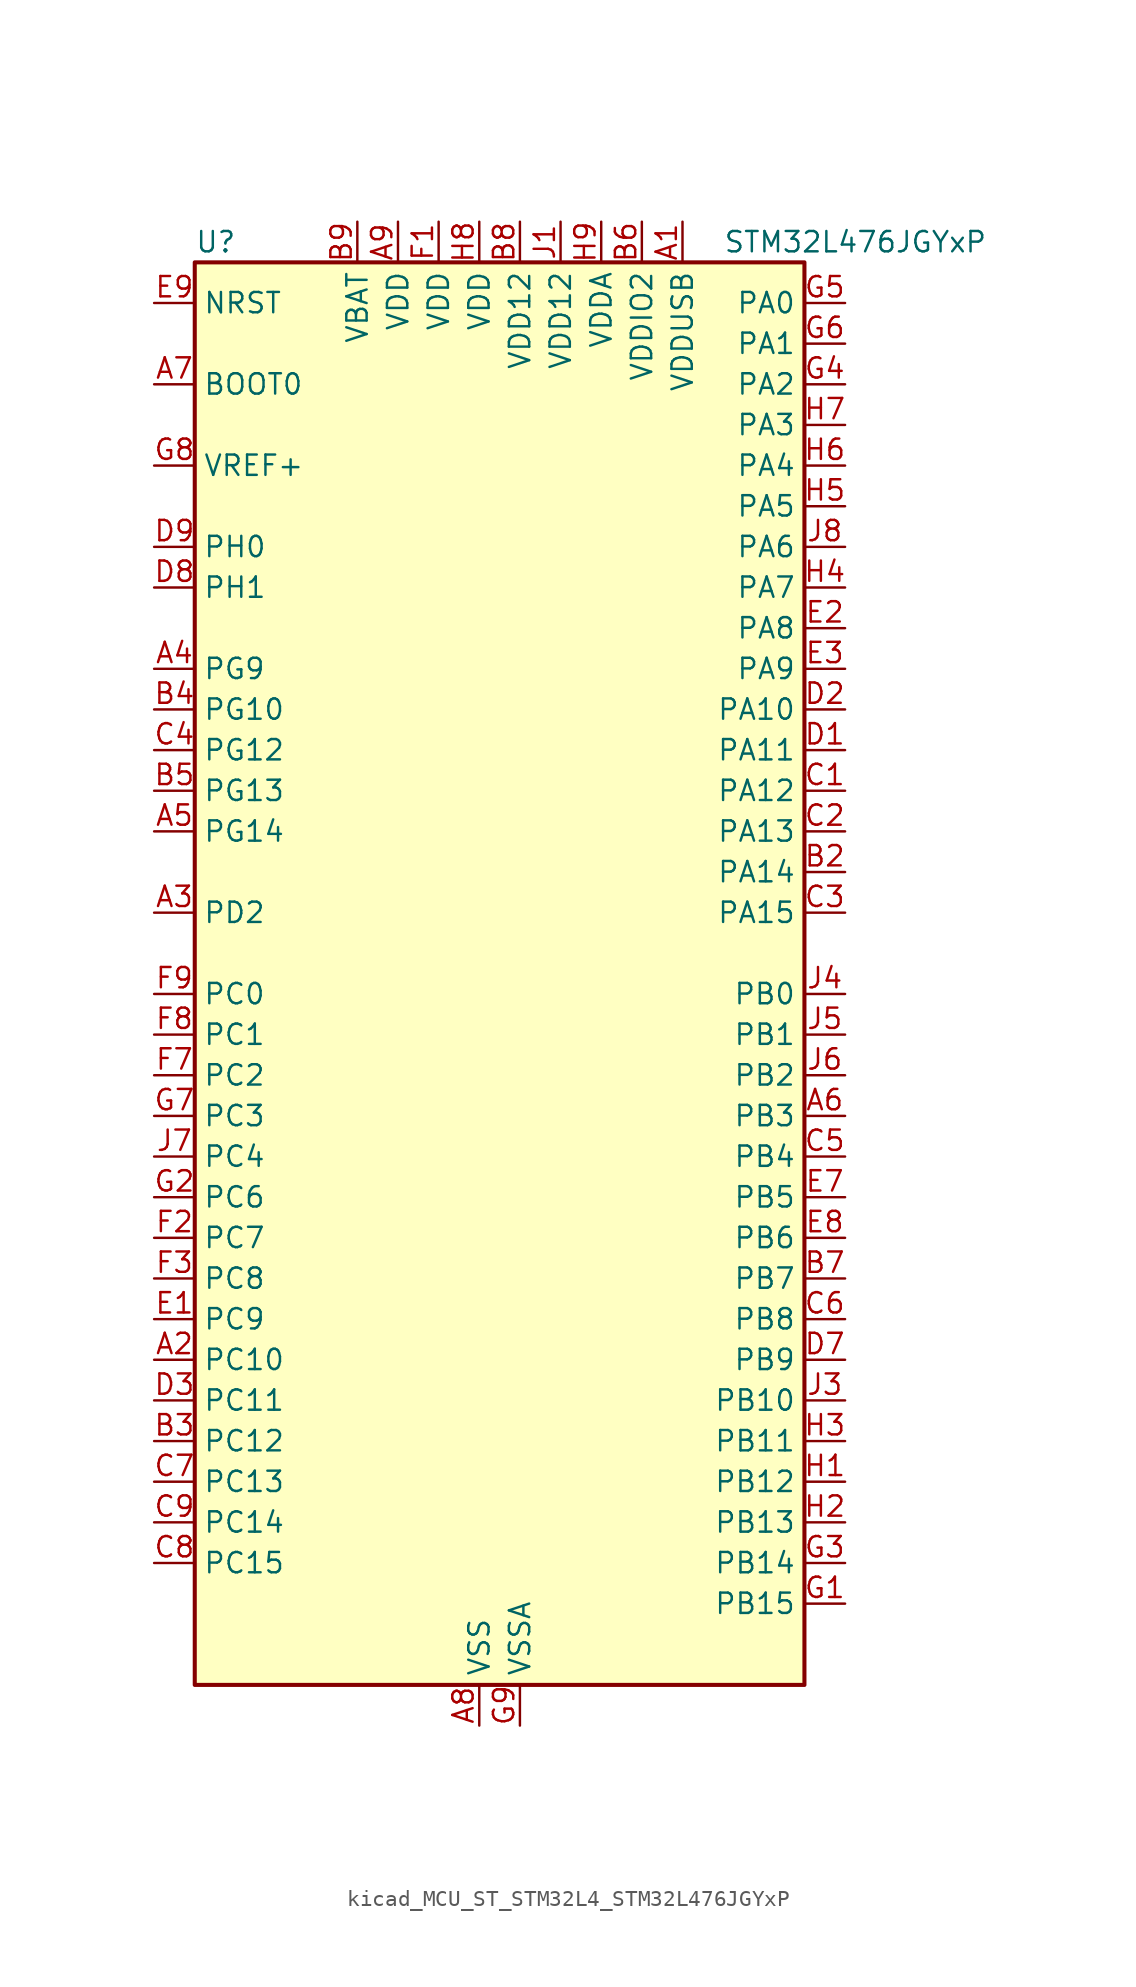
<source format=kicad_sym>
(kicad_symbol_lib
  (version 20220914)
  (generator kicad_symbol_editor)
  (symbol "kicad_MCU_ST_STM32L4_STM32L476JGYxP"
    (property "Reference" "U"
      (at -17.78 46.99 0)
      (effects (font (size 1.27 1.27)) (justify left)))
    (property "Value" "STM32L476JGYxP"
      (at 15.24 46.99 0)
      (effects (font (size 1.27 1.27)) (justify left)))
    (property "ki_locked" ""
      (at 0 0 0)
      (effects (font (size 1.27 1.27))))
    (symbol "kicad_MCU_ST_STM32L4_STM32L476JGYxP_0_1"
      (rectangle (start -17.78 -43.18) (end 20.32 45.72) (stroke (width 0.254) (type default)) (fill (type background))))
    (symbol "kicad_MCU_ST_STM32L4_STM32L476JGYxP_1_1"
      (pin power_in line (at 12.7 48.26 270) (length 2.54) (name "VDDUSB" (effects (font (size 1.27 1.27)))) (number "A1" (effects (font (size 1.27 1.27)))))
      (pin bidirectional line (at -20.32 -22.86 0) (length 2.54) (name "PC10" (effects (font (size 1.27 1.27)))) (number "A2" (effects (font (size 1.27 1.27)))) (alternate "LCD_COM4" bidirectional line) (alternate "LCD_SEG28" bidirectional line) (alternate "LCD_SEG40" bidirectional line) (alternate "SAI2_SCK_B" bidirectional line) (alternate "SDMMC1_D2" bidirectional line) (alternate "SPI3_SCK" bidirectional line) (alternate "TSC_G3_IO2" bidirectional line) (alternate "UART4_TX" bidirectional line) (alternate "USART3_TX" bidirectional line))
      (pin bidirectional line (at -20.32 5.08 0) (length 2.54) (name "PD2" (effects (font (size 1.27 1.27)))) (number "A3" (effects (font (size 1.27 1.27)))) (alternate "LCD_COM7" bidirectional line) (alternate "LCD_SEG31" bidirectional line) (alternate "LCD_SEG43" bidirectional line) (alternate "SDMMC1_CMD" bidirectional line) (alternate "TIM3_ETR" bidirectional line) (alternate "TSC_SYNC" bidirectional line) (alternate "UART5_RX" bidirectional line) (alternate "USART3_DE" bidirectional line) (alternate "USART3_RTS" bidirectional line))
      (pin bidirectional line (at -20.32 20.32 0) (length 2.54) (name "PG9" (effects (font (size 1.27 1.27)))) (number "A4" (effects (font (size 1.27 1.27)))) (alternate "DAC1_EXTI9" bidirectional line) (alternate "SAI2_SCK_A" bidirectional line) (alternate "SPI3_SCK" bidirectional line) (alternate "TIM15_CH1N" bidirectional line) (alternate "USART1_TX" bidirectional line))
      (pin bidirectional line (at -20.32 10.16 0) (length 2.54) (name "PG14" (effects (font (size 1.27 1.27)))) (number "A5" (effects (font (size 1.27 1.27)))) (alternate "I2C1_SCL" bidirectional line))
      (pin bidirectional line (at 22.86 -7.62 180) (length 2.54) (name "PB3" (effects (font (size 1.27 1.27)))) (number "A6" (effects (font (size 1.27 1.27)))) (alternate "COMP2_INM" bidirectional line) (alternate "LCD_SEG7" bidirectional line) (alternate "SAI1_SCK_B" bidirectional line) (alternate "SPI1_SCK" bidirectional line) (alternate "SPI3_SCK" bidirectional line) (alternate "SYS_JTDO-SWO" bidirectional line) (alternate "TIM2_CH2" bidirectional line) (alternate "USART1_DE" bidirectional line) (alternate "USART1_RTS" bidirectional line))
      (pin input line (at -20.32 38.1 0) (length 2.54) (name "BOOT0" (effects (font (size 1.27 1.27)))) (number "A7" (effects (font (size 1.27 1.27)))))
      (pin power_in line (at 0 -45.72 90) (length 2.54) (name "VSS" (effects (font (size 1.27 1.27)))) (number "A8" (effects (font (size 1.27 1.27)))))
      (pin power_in line (at -5.08 48.26 270) (length 2.54) (name "VDD" (effects (font (size 1.27 1.27)))) (number "A9" (effects (font (size 1.27 1.27)))))
      (pin passive line (at 0 -45.72 90) (length 2.54) hide (name "VSS" (effects (font (size 1.27 1.27)))) (number "B1" (effects (font (size 1.27 1.27)))))
      (pin bidirectional line (at 22.86 7.62 180) (length 2.54) (name "PA14" (effects (font (size 1.27 1.27)))) (number "B2" (effects (font (size 1.27 1.27)))) (alternate "SYS_JTCK-SWCLK" bidirectional line))
      (pin bidirectional line (at -20.32 -27.94 0) (length 2.54) (name "PC12" (effects (font (size 1.27 1.27)))) (number "B3" (effects (font (size 1.27 1.27)))) (alternate "LCD_COM6" bidirectional line) (alternate "LCD_SEG30" bidirectional line) (alternate "LCD_SEG42" bidirectional line) (alternate "SAI2_SD_B" bidirectional line) (alternate "SDMMC1_CK" bidirectional line) (alternate "SPI3_MOSI" bidirectional line) (alternate "TSC_G3_IO4" bidirectional line) (alternate "UART5_TX" bidirectional line) (alternate "USART3_CK" bidirectional line))
      (pin bidirectional line (at -20.32 17.78 0) (length 2.54) (name "PG10" (effects (font (size 1.27 1.27)))) (number "B4" (effects (font (size 1.27 1.27)))) (alternate "LPTIM1_IN1" bidirectional line) (alternate "SAI2_FS_A" bidirectional line) (alternate "SPI3_MISO" bidirectional line) (alternate "TIM15_CH1" bidirectional line) (alternate "USART1_RX" bidirectional line))
      (pin bidirectional line (at -20.32 12.7 0) (length 2.54) (name "PG13" (effects (font (size 1.27 1.27)))) (number "B5" (effects (font (size 1.27 1.27)))) (alternate "I2C1_SDA" bidirectional line) (alternate "USART1_CK" bidirectional line))
      (pin power_in line (at 10.16 48.26 270) (length 2.54) (name "VDDIO2" (effects (font (size 1.27 1.27)))) (number "B6" (effects (font (size 1.27 1.27)))))
      (pin bidirectional line (at 22.86 -17.78 180) (length 2.54) (name "PB7" (effects (font (size 1.27 1.27)))) (number "B7" (effects (font (size 1.27 1.27)))) (alternate "COMP2_INM" bidirectional line) (alternate "DFSDM1_CKIN5" bidirectional line) (alternate "I2C1_SDA" bidirectional line) (alternate "LCD_SEG21" bidirectional line) (alternate "LPTIM1_IN2" bidirectional line) (alternate "SYS_PVD_IN" bidirectional line) (alternate "TIM17_CH1N" bidirectional line) (alternate "TIM4_CH2" bidirectional line) (alternate "TIM8_BKIN" bidirectional line) (alternate "TIM8_BKIN_COMP1" bidirectional line) (alternate "TSC_G2_IO4" bidirectional line) (alternate "UART4_CTS" bidirectional line) (alternate "USART1_RX" bidirectional line))
      (pin power_in line (at 2.54 48.26 270) (length 2.54) (name "VDD12" (effects (font (size 1.27 1.27)))) (number "B8" (effects (font (size 1.27 1.27)))))
      (pin power_in line (at -7.62 48.26 270) (length 2.54) (name "VBAT" (effects (font (size 1.27 1.27)))) (number "B9" (effects (font (size 1.27 1.27)))))
      (pin bidirectional line (at 22.86 12.7 180) (length 2.54) (name "PA12" (effects (font (size 1.27 1.27)))) (number "C1" (effects (font (size 1.27 1.27)))) (alternate "CAN1_TX" bidirectional line) (alternate "TIM1_ETR" bidirectional line) (alternate "USART1_DE" bidirectional line) (alternate "USART1_RTS" bidirectional line) (alternate "USB_OTG_FS_DP" bidirectional line))
      (pin bidirectional line (at 22.86 10.16 180) (length 2.54) (name "PA13" (effects (font (size 1.27 1.27)))) (number "C2" (effects (font (size 1.27 1.27)))) (alternate "IR_OUT" bidirectional line) (alternate "SYS_JTMS-SWDIO" bidirectional line) (alternate "USB_OTG_FS_NOE" bidirectional line))
      (pin bidirectional line (at 22.86 5.08 180) (length 2.54) (name "PA15" (effects (font (size 1.27 1.27)))) (number "C3" (effects (font (size 1.27 1.27)))) (alternate "ADC1_EXTI15" bidirectional line) (alternate "ADC2_EXTI15" bidirectional line) (alternate "ADC3_EXTI15" bidirectional line) (alternate "LCD_SEG17" bidirectional line) (alternate "SAI2_FS_B" bidirectional line) (alternate "SPI1_NSS" bidirectional line) (alternate "SPI3_NSS" bidirectional line) (alternate "SYS_JTDI" bidirectional line) (alternate "TIM2_CH1" bidirectional line) (alternate "TIM2_ETR" bidirectional line) (alternate "TSC_G3_IO1" bidirectional line) (alternate "UART4_DE" bidirectional line) (alternate "UART4_RTS" bidirectional line))
      (pin bidirectional line (at -20.32 15.24 0) (length 2.54) (name "PG12" (effects (font (size 1.27 1.27)))) (number "C4" (effects (font (size 1.27 1.27)))) (alternate "LPTIM1_ETR" bidirectional line) (alternate "SAI2_SD_A" bidirectional line) (alternate "SPI3_NSS" bidirectional line) (alternate "USART1_DE" bidirectional line) (alternate "USART1_RTS" bidirectional line))
      (pin bidirectional line (at 22.86 -10.16 180) (length 2.54) (name "PB4" (effects (font (size 1.27 1.27)))) (number "C5" (effects (font (size 1.27 1.27)))) (alternate "COMP2_INP" bidirectional line) (alternate "LCD_SEG8" bidirectional line) (alternate "SAI1_MCLK_B" bidirectional line) (alternate "SPI1_MISO" bidirectional line) (alternate "SPI3_MISO" bidirectional line) (alternate "SYS_JTRST" bidirectional line) (alternate "TIM17_BKIN" bidirectional line) (alternate "TIM3_CH1" bidirectional line) (alternate "TSC_G2_IO1" bidirectional line) (alternate "UART5_DE" bidirectional line) (alternate "UART5_RTS" bidirectional line) (alternate "USART1_CTS" bidirectional line))
      (pin bidirectional line (at 22.86 -20.32 180) (length 2.54) (name "PB8" (effects (font (size 1.27 1.27)))) (number "C6" (effects (font (size 1.27 1.27)))) (alternate "CAN1_RX" bidirectional line) (alternate "DFSDM1_DATIN6" bidirectional line) (alternate "I2C1_SCL" bidirectional line) (alternate "LCD_SEG16" bidirectional line) (alternate "SAI1_MCLK_A" bidirectional line) (alternate "SDMMC1_D4" bidirectional line) (alternate "TIM16_CH1" bidirectional line) (alternate "TIM4_CH3" bidirectional line))
      (pin bidirectional line (at -20.32 -30.48 0) (length 2.54) (name "PC13" (effects (font (size 1.27 1.27)))) (number "C7" (effects (font (size 1.27 1.27)))) (alternate "RTC_OUT_ALARM" bidirectional line) (alternate "RTC_OUT_CALIB" bidirectional line) (alternate "RTC_TAMP1" bidirectional line) (alternate "RTC_TS" bidirectional line) (alternate "SYS_WKUP2" bidirectional line))
      (pin bidirectional line (at -20.32 -35.56 0) (length 2.54) (name "PC15" (effects (font (size 1.27 1.27)))) (number "C8" (effects (font (size 1.27 1.27)))) (alternate "ADC1_EXTI15" bidirectional line) (alternate "ADC2_EXTI15" bidirectional line) (alternate "ADC3_EXTI15" bidirectional line) (alternate "RCC_OSC32_OUT" bidirectional line))
      (pin bidirectional line (at -20.32 -33.02 0) (length 2.54) (name "PC14" (effects (font (size 1.27 1.27)))) (number "C9" (effects (font (size 1.27 1.27)))) (alternate "RCC_OSC32_IN" bidirectional line))
      (pin bidirectional line (at 22.86 15.24 180) (length 2.54) (name "PA11" (effects (font (size 1.27 1.27)))) (number "D1" (effects (font (size 1.27 1.27)))) (alternate "ADC1_EXTI11" bidirectional line) (alternate "ADC2_EXTI11" bidirectional line) (alternate "ADC3_EXTI11" bidirectional line) (alternate "CAN1_RX" bidirectional line) (alternate "TIM1_BKIN2" bidirectional line) (alternate "TIM1_BKIN2_COMP1" bidirectional line) (alternate "TIM1_CH4" bidirectional line) (alternate "USART1_CTS" bidirectional line) (alternate "USB_OTG_FS_DM" bidirectional line))
      (pin bidirectional line (at 22.86 17.78 180) (length 2.54) (name "PA10" (effects (font (size 1.27 1.27)))) (number "D2" (effects (font (size 1.27 1.27)))) (alternate "LCD_COM2" bidirectional line) (alternate "TIM17_BKIN" bidirectional line) (alternate "TIM1_CH3" bidirectional line) (alternate "USART1_RX" bidirectional line) (alternate "USB_OTG_FS_ID" bidirectional line))
      (pin bidirectional line (at -20.32 -25.4 0) (length 2.54) (name "PC11" (effects (font (size 1.27 1.27)))) (number "D3" (effects (font (size 1.27 1.27)))) (alternate "ADC1_EXTI11" bidirectional line) (alternate "ADC2_EXTI11" bidirectional line) (alternate "ADC3_EXTI11" bidirectional line) (alternate "LCD_COM5" bidirectional line) (alternate "LCD_SEG29" bidirectional line) (alternate "LCD_SEG41" bidirectional line) (alternate "SAI2_MCLK_B" bidirectional line) (alternate "SDMMC1_D3" bidirectional line) (alternate "SPI3_MISO" bidirectional line) (alternate "TSC_G3_IO3" bidirectional line) (alternate "UART4_RX" bidirectional line) (alternate "USART3_RX" bidirectional line))
      (pin bidirectional line (at 22.86 -22.86 180) (length 2.54) (name "PB9" (effects (font (size 1.27 1.27)))) (number "D7" (effects (font (size 1.27 1.27)))) (alternate "CAN1_TX" bidirectional line) (alternate "DAC1_EXTI9" bidirectional line) (alternate "DFSDM1_CKIN6" bidirectional line) (alternate "I2C1_SDA" bidirectional line) (alternate "IR_OUT" bidirectional line) (alternate "LCD_COM3" bidirectional line) (alternate "SAI1_FS_A" bidirectional line) (alternate "SDMMC1_D5" bidirectional line) (alternate "SPI2_NSS" bidirectional line) (alternate "TIM17_CH1" bidirectional line) (alternate "TIM4_CH4" bidirectional line))
      (pin bidirectional line (at -20.32 25.4 0) (length 2.54) (name "PH1" (effects (font (size 1.27 1.27)))) (number "D8" (effects (font (size 1.27 1.27)))) (alternate "RCC_OSC_OUT" bidirectional line))
      (pin bidirectional line (at -20.32 27.94 0) (length 2.54) (name "PH0" (effects (font (size 1.27 1.27)))) (number "D9" (effects (font (size 1.27 1.27)))) (alternate "RCC_OSC_IN" bidirectional line))
      (pin bidirectional line (at -20.32 -20.32 0) (length 2.54) (name "PC9" (effects (font (size 1.27 1.27)))) (number "E1" (effects (font (size 1.27 1.27)))) (alternate "DAC1_EXTI9" bidirectional line) (alternate "LCD_SEG27" bidirectional line) (alternate "SAI2_EXTCLK" bidirectional line) (alternate "SDMMC1_D1" bidirectional line) (alternate "TIM3_CH4" bidirectional line) (alternate "TIM8_BKIN2" bidirectional line) (alternate "TIM8_BKIN2_COMP1" bidirectional line) (alternate "TIM8_CH4" bidirectional line) (alternate "TSC_G4_IO4" bidirectional line) (alternate "USB_OTG_FS_NOE" bidirectional line))
      (pin bidirectional line (at 22.86 22.86 180) (length 2.54) (name "PA8" (effects (font (size 1.27 1.27)))) (number "E2" (effects (font (size 1.27 1.27)))) (alternate "LCD_COM0" bidirectional line) (alternate "LPTIM2_OUT" bidirectional line) (alternate "RCC_MCO" bidirectional line) (alternate "TIM1_CH1" bidirectional line) (alternate "USART1_CK" bidirectional line) (alternate "USB_OTG_FS_SOF" bidirectional line))
      (pin bidirectional line (at 22.86 20.32 180) (length 2.54) (name "PA9" (effects (font (size 1.27 1.27)))) (number "E3" (effects (font (size 1.27 1.27)))) (alternate "DAC1_EXTI9" bidirectional line) (alternate "LCD_COM1" bidirectional line) (alternate "TIM15_BKIN" bidirectional line) (alternate "TIM1_CH2" bidirectional line) (alternate "USART1_TX" bidirectional line) (alternate "USB_OTG_FS_VBUS" bidirectional line))
      (pin bidirectional line (at 22.86 -12.7 180) (length 2.54) (name "PB5" (effects (font (size 1.27 1.27)))) (number "E7" (effects (font (size 1.27 1.27)))) (alternate "COMP2_OUT" bidirectional line) (alternate "I2C1_SMBA" bidirectional line) (alternate "LCD_SEG9" bidirectional line) (alternate "LPTIM1_IN1" bidirectional line) (alternate "SAI1_SD_B" bidirectional line) (alternate "SPI1_MOSI" bidirectional line) (alternate "SPI3_MOSI" bidirectional line) (alternate "TIM16_BKIN" bidirectional line) (alternate "TIM3_CH2" bidirectional line) (alternate "TSC_G2_IO2" bidirectional line) (alternate "UART5_CTS" bidirectional line) (alternate "USART1_CK" bidirectional line))
      (pin bidirectional line (at 22.86 -15.24 180) (length 2.54) (name "PB6" (effects (font (size 1.27 1.27)))) (number "E8" (effects (font (size 1.27 1.27)))) (alternate "COMP2_INP" bidirectional line) (alternate "DFSDM1_DATIN5" bidirectional line) (alternate "I2C1_SCL" bidirectional line) (alternate "LPTIM1_ETR" bidirectional line) (alternate "SAI1_FS_B" bidirectional line) (alternate "TIM16_CH1N" bidirectional line) (alternate "TIM4_CH1" bidirectional line) (alternate "TIM8_BKIN2" bidirectional line) (alternate "TIM8_BKIN2_COMP2" bidirectional line) (alternate "TSC_G2_IO3" bidirectional line) (alternate "USART1_TX" bidirectional line))
      (pin input line (at -20.32 43.18 0) (length 2.54) (name "NRST" (effects (font (size 1.27 1.27)))) (number "E9" (effects (font (size 1.27 1.27)))))
      (pin power_in line (at -2.54 48.26 270) (length 2.54) (name "VDD" (effects (font (size 1.27 1.27)))) (number "F1" (effects (font (size 1.27 1.27)))))
      (pin bidirectional line (at -20.32 -15.24 0) (length 2.54) (name "PC7" (effects (font (size 1.27 1.27)))) (number "F2" (effects (font (size 1.27 1.27)))) (alternate "DFSDM1_DATIN3" bidirectional line) (alternate "LCD_SEG25" bidirectional line) (alternate "SAI2_MCLK_B" bidirectional line) (alternate "SDMMC1_D7" bidirectional line) (alternate "TIM3_CH2" bidirectional line) (alternate "TIM8_CH2" bidirectional line) (alternate "TSC_G4_IO2" bidirectional line))
      (pin bidirectional line (at -20.32 -17.78 0) (length 2.54) (name "PC8" (effects (font (size 1.27 1.27)))) (number "F3" (effects (font (size 1.27 1.27)))) (alternate "LCD_SEG26" bidirectional line) (alternate "SDMMC1_D0" bidirectional line) (alternate "TIM3_CH3" bidirectional line) (alternate "TIM8_CH3" bidirectional line) (alternate "TSC_G4_IO3" bidirectional line))
      (pin bidirectional line (at -20.32 -5.08 0) (length 2.54) (name "PC2" (effects (font (size 1.27 1.27)))) (number "F7" (effects (font (size 1.27 1.27)))) (alternate "ADC1_IN3" bidirectional line) (alternate "ADC2_IN3" bidirectional line) (alternate "ADC3_IN3" bidirectional line) (alternate "DFSDM1_CKOUT" bidirectional line) (alternate "LCD_SEG20" bidirectional line) (alternate "LPTIM1_IN2" bidirectional line) (alternate "SPI2_MISO" bidirectional line))
      (pin bidirectional line (at -20.32 -2.54 0) (length 2.54) (name "PC1" (effects (font (size 1.27 1.27)))) (number "F8" (effects (font (size 1.27 1.27)))) (alternate "ADC1_IN2" bidirectional line) (alternate "ADC2_IN2" bidirectional line) (alternate "ADC3_IN2" bidirectional line) (alternate "DFSDM1_CKIN4" bidirectional line) (alternate "I2C3_SDA" bidirectional line) (alternate "LCD_SEG19" bidirectional line) (alternate "LPTIM1_OUT" bidirectional line) (alternate "LPUART1_TX" bidirectional line))
      (pin bidirectional line (at -20.32 0 0) (length 2.54) (name "PC0" (effects (font (size 1.27 1.27)))) (number "F9" (effects (font (size 1.27 1.27)))) (alternate "ADC1_IN1" bidirectional line) (alternate "ADC2_IN1" bidirectional line) (alternate "ADC3_IN1" bidirectional line) (alternate "DFSDM1_DATIN4" bidirectional line) (alternate "I2C3_SCL" bidirectional line) (alternate "LCD_SEG18" bidirectional line) (alternate "LPTIM1_IN1" bidirectional line) (alternate "LPTIM2_IN1" bidirectional line) (alternate "LPUART1_RX" bidirectional line))
      (pin bidirectional line (at 22.86 -38.1 180) (length 2.54) (name "PB15" (effects (font (size 1.27 1.27)))) (number "G1" (effects (font (size 1.27 1.27)))) (alternate "ADC1_EXTI15" bidirectional line) (alternate "ADC2_EXTI15" bidirectional line) (alternate "ADC3_EXTI15" bidirectional line) (alternate "DFSDM1_CKIN2" bidirectional line) (alternate "LCD_SEG15" bidirectional line) (alternate "RTC_REFIN" bidirectional line) (alternate "SAI2_SD_A" bidirectional line) (alternate "SPI2_MOSI" bidirectional line) (alternate "SWPMI1_SUSPEND" bidirectional line) (alternate "TIM15_CH2" bidirectional line) (alternate "TIM1_CH3N" bidirectional line) (alternate "TIM8_CH3N" bidirectional line) (alternate "TSC_G1_IO4" bidirectional line))
      (pin bidirectional line (at -20.32 -12.7 0) (length 2.54) (name "PC6" (effects (font (size 1.27 1.27)))) (number "G2" (effects (font (size 1.27 1.27)))) (alternate "DFSDM1_CKIN3" bidirectional line) (alternate "LCD_SEG24" bidirectional line) (alternate "SAI2_MCLK_A" bidirectional line) (alternate "SDMMC1_D6" bidirectional line) (alternate "TIM3_CH1" bidirectional line) (alternate "TIM8_CH1" bidirectional line) (alternate "TSC_G4_IO1" bidirectional line))
      (pin bidirectional line (at 22.86 -35.56 180) (length 2.54) (name "PB14" (effects (font (size 1.27 1.27)))) (number "G3" (effects (font (size 1.27 1.27)))) (alternate "DFSDM1_DATIN2" bidirectional line) (alternate "I2C2_SDA" bidirectional line) (alternate "LCD_SEG14" bidirectional line) (alternate "SAI2_MCLK_A" bidirectional line) (alternate "SPI2_MISO" bidirectional line) (alternate "SWPMI1_RX" bidirectional line) (alternate "TIM15_CH1" bidirectional line) (alternate "TIM1_CH2N" bidirectional line) (alternate "TIM8_CH2N" bidirectional line) (alternate "TSC_G1_IO3" bidirectional line) (alternate "USART3_DE" bidirectional line) (alternate "USART3_RTS" bidirectional line))
      (pin bidirectional line (at 22.86 38.1 180) (length 2.54) (name "PA2" (effects (font (size 1.27 1.27)))) (number "G4" (effects (font (size 1.27 1.27)))) (alternate "ADC1_IN7" bidirectional line) (alternate "ADC2_IN7" bidirectional line) (alternate "LCD_SEG1" bidirectional line) (alternate "RCC_LSCO" bidirectional line) (alternate "SAI2_EXTCLK" bidirectional line) (alternate "SYS_WKUP4" bidirectional line) (alternate "TIM15_CH1" bidirectional line) (alternate "TIM2_CH3" bidirectional line) (alternate "TIM5_CH3" bidirectional line) (alternate "USART2_TX" bidirectional line))
      (pin bidirectional line (at 22.86 43.18 180) (length 2.54) (name "PA0" (effects (font (size 1.27 1.27)))) (number "G5" (effects (font (size 1.27 1.27)))) (alternate "ADC1_IN5" bidirectional line) (alternate "ADC2_IN5" bidirectional line) (alternate "OPAMP1_VINP" bidirectional line) (alternate "RTC_TAMP2" bidirectional line) (alternate "SAI1_EXTCLK" bidirectional line) (alternate "SYS_WKUP1" bidirectional line) (alternate "TIM2_CH1" bidirectional line) (alternate "TIM2_ETR" bidirectional line) (alternate "TIM5_CH1" bidirectional line) (alternate "TIM8_ETR" bidirectional line) (alternate "UART4_TX" bidirectional line) (alternate "USART2_CTS" bidirectional line))
      (pin bidirectional line (at 22.86 40.64 180) (length 2.54) (name "PA1" (effects (font (size 1.27 1.27)))) (number "G6" (effects (font (size 1.27 1.27)))) (alternate "ADC1_IN6" bidirectional line) (alternate "ADC2_IN6" bidirectional line) (alternate "LCD_SEG0" bidirectional line) (alternate "OPAMP1_VINM" bidirectional line) (alternate "TIM15_CH1N" bidirectional line) (alternate "TIM2_CH2" bidirectional line) (alternate "TIM5_CH2" bidirectional line) (alternate "UART4_RX" bidirectional line) (alternate "USART2_DE" bidirectional line) (alternate "USART2_RTS" bidirectional line))
      (pin bidirectional line (at -20.32 -7.62 0) (length 2.54) (name "PC3" (effects (font (size 1.27 1.27)))) (number "G7" (effects (font (size 1.27 1.27)))) (alternate "ADC1_IN4" bidirectional line) (alternate "ADC2_IN4" bidirectional line) (alternate "ADC3_IN4" bidirectional line) (alternate "LCD_VLCD" bidirectional line) (alternate "LPTIM1_ETR" bidirectional line) (alternate "LPTIM2_ETR" bidirectional line) (alternate "SAI1_SD_A" bidirectional line) (alternate "SPI2_MOSI" bidirectional line))
      (pin input line (at -20.32 33.02 0) (length 2.54) (name "VREF+" (effects (font (size 1.27 1.27)))) (number "G8" (effects (font (size 1.27 1.27)))) (alternate "VREFBUF_OUT" bidirectional line))
      (pin power_in line (at 2.54 -45.72 90) (length 2.54) (name "VSSA" (effects (font (size 1.27 1.27)))) (number "G9" (effects (font (size 1.27 1.27)))))
      (pin bidirectional line (at 22.86 -30.48 180) (length 2.54) (name "PB12" (effects (font (size 1.27 1.27)))) (number "H1" (effects (font (size 1.27 1.27)))) (alternate "DFSDM1_DATIN1" bidirectional line) (alternate "I2C2_SMBA" bidirectional line) (alternate "LCD_SEG12" bidirectional line) (alternate "LPUART1_DE" bidirectional line) (alternate "LPUART1_RTS" bidirectional line) (alternate "SAI2_FS_A" bidirectional line) (alternate "SPI2_NSS" bidirectional line) (alternate "SWPMI1_IO" bidirectional line) (alternate "TIM15_BKIN" bidirectional line) (alternate "TIM1_BKIN" bidirectional line) (alternate "TIM1_BKIN_COMP2" bidirectional line) (alternate "TSC_G1_IO1" bidirectional line) (alternate "USART3_CK" bidirectional line))
      (pin bidirectional line (at 22.86 -33.02 180) (length 2.54) (name "PB13" (effects (font (size 1.27 1.27)))) (number "H2" (effects (font (size 1.27 1.27)))) (alternate "DFSDM1_CKIN1" bidirectional line) (alternate "I2C2_SCL" bidirectional line) (alternate "LCD_SEG13" bidirectional line) (alternate "LPUART1_CTS" bidirectional line) (alternate "SAI2_SCK_A" bidirectional line) (alternate "SPI2_SCK" bidirectional line) (alternate "SWPMI1_TX" bidirectional line) (alternate "TIM15_CH1N" bidirectional line) (alternate "TIM1_CH1N" bidirectional line) (alternate "TSC_G1_IO2" bidirectional line) (alternate "USART3_CTS" bidirectional line))
      (pin bidirectional line (at 22.86 -27.94 180) (length 2.54) (name "PB11" (effects (font (size 1.27 1.27)))) (number "H3" (effects (font (size 1.27 1.27)))) (alternate "ADC1_EXTI11" bidirectional line) (alternate "ADC2_EXTI11" bidirectional line) (alternate "ADC3_EXTI11" bidirectional line) (alternate "COMP2_OUT" bidirectional line) (alternate "DFSDM1_CKIN7" bidirectional line) (alternate "I2C2_SDA" bidirectional line) (alternate "LCD_SEG11" bidirectional line) (alternate "LPUART1_TX" bidirectional line) (alternate "QUADSPI_NCS" bidirectional line) (alternate "TIM2_CH4" bidirectional line) (alternate "USART3_RX" bidirectional line))
      (pin bidirectional line (at 22.86 25.4 180) (length 2.54) (name "PA7" (effects (font (size 1.27 1.27)))) (number "H4" (effects (font (size 1.27 1.27)))) (alternate "ADC1_IN12" bidirectional line) (alternate "ADC2_IN12" bidirectional line) (alternate "LCD_SEG4" bidirectional line) (alternate "OPAMP2_VINM" bidirectional line) (alternate "QUADSPI_BK1_IO2" bidirectional line) (alternate "SPI1_MOSI" bidirectional line) (alternate "TIM17_CH1" bidirectional line) (alternate "TIM1_CH1N" bidirectional line) (alternate "TIM3_CH2" bidirectional line) (alternate "TIM8_CH1N" bidirectional line))
      (pin bidirectional line (at 22.86 30.48 180) (length 2.54) (name "PA5" (effects (font (size 1.27 1.27)))) (number "H5" (effects (font (size 1.27 1.27)))) (alternate "ADC1_IN10" bidirectional line) (alternate "ADC2_IN10" bidirectional line) (alternate "DAC1_OUT2" bidirectional line) (alternate "LPTIM2_ETR" bidirectional line) (alternate "SPI1_SCK" bidirectional line) (alternate "TIM2_CH1" bidirectional line) (alternate "TIM2_ETR" bidirectional line) (alternate "TIM8_CH1N" bidirectional line))
      (pin bidirectional line (at 22.86 33.02 180) (length 2.54) (name "PA4" (effects (font (size 1.27 1.27)))) (number "H6" (effects (font (size 1.27 1.27)))) (alternate "ADC1_IN9" bidirectional line) (alternate "ADC2_IN9" bidirectional line) (alternate "DAC1_OUT1" bidirectional line) (alternate "LPTIM2_OUT" bidirectional line) (alternate "SAI1_FS_B" bidirectional line) (alternate "SPI1_NSS" bidirectional line) (alternate "SPI3_NSS" bidirectional line) (alternate "USART2_CK" bidirectional line))
      (pin bidirectional line (at 22.86 35.56 180) (length 2.54) (name "PA3" (effects (font (size 1.27 1.27)))) (number "H7" (effects (font (size 1.27 1.27)))) (alternate "ADC1_IN8" bidirectional line) (alternate "ADC2_IN8" bidirectional line) (alternate "LCD_SEG2" bidirectional line) (alternate "OPAMP1_VOUT" bidirectional line) (alternate "TIM15_CH2" bidirectional line) (alternate "TIM2_CH4" bidirectional line) (alternate "TIM5_CH4" bidirectional line) (alternate "USART2_RX" bidirectional line))
      (pin power_in line (at 0 48.26 270) (length 2.54) (name "VDD" (effects (font (size 1.27 1.27)))) (number "H8" (effects (font (size 1.27 1.27)))))
      (pin power_in line (at 7.62 48.26 270) (length 2.54) (name "VDDA" (effects (font (size 1.27 1.27)))) (number "H9" (effects (font (size 1.27 1.27)))))
      (pin power_in line (at 5.08 48.26 270) (length 2.54) (name "VDD12" (effects (font (size 1.27 1.27)))) (number "J1" (effects (font (size 1.27 1.27)))))
      (pin passive line (at 0 -45.72 90) (length 2.54) hide (name "VSS" (effects (font (size 1.27 1.27)))) (number "J2" (effects (font (size 1.27 1.27)))))
      (pin bidirectional line (at 22.86 -25.4 180) (length 2.54) (name "PB10" (effects (font (size 1.27 1.27)))) (number "J3" (effects (font (size 1.27 1.27)))) (alternate "COMP1_OUT" bidirectional line) (alternate "DFSDM1_DATIN7" bidirectional line) (alternate "I2C2_SCL" bidirectional line) (alternate "LCD_SEG10" bidirectional line) (alternate "LPUART1_RX" bidirectional line) (alternate "QUADSPI_CLK" bidirectional line) (alternate "SAI1_SCK_A" bidirectional line) (alternate "SPI2_SCK" bidirectional line) (alternate "TIM2_CH3" bidirectional line) (alternate "USART3_TX" bidirectional line))
      (pin bidirectional line (at 22.86 0 180) (length 2.54) (name "PB0" (effects (font (size 1.27 1.27)))) (number "J4" (effects (font (size 1.27 1.27)))) (alternate "ADC1_IN15" bidirectional line) (alternate "ADC2_IN15" bidirectional line) (alternate "COMP1_OUT" bidirectional line) (alternate "LCD_SEG5" bidirectional line) (alternate "OPAMP2_VOUT" bidirectional line) (alternate "QUADSPI_BK1_IO1" bidirectional line) (alternate "TIM1_CH2N" bidirectional line) (alternate "TIM3_CH3" bidirectional line) (alternate "TIM8_CH2N" bidirectional line) (alternate "USART3_CK" bidirectional line))
      (pin bidirectional line (at 22.86 -2.54 180) (length 2.54) (name "PB1" (effects (font (size 1.27 1.27)))) (number "J5" (effects (font (size 1.27 1.27)))) (alternate "ADC1_IN16" bidirectional line) (alternate "ADC2_IN16" bidirectional line) (alternate "COMP1_INM" bidirectional line) (alternate "DFSDM1_DATIN0" bidirectional line) (alternate "LCD_SEG6" bidirectional line) (alternate "LPTIM2_IN1" bidirectional line) (alternate "QUADSPI_BK1_IO0" bidirectional line) (alternate "TIM1_CH3N" bidirectional line) (alternate "TIM3_CH4" bidirectional line) (alternate "TIM8_CH3N" bidirectional line) (alternate "USART3_DE" bidirectional line) (alternate "USART3_RTS" bidirectional line))
      (pin bidirectional line (at 22.86 -5.08 180) (length 2.54) (name "PB2" (effects (font (size 1.27 1.27)))) (number "J6" (effects (font (size 1.27 1.27)))) (alternate "COMP1_INP" bidirectional line) (alternate "DFSDM1_CKIN0" bidirectional line) (alternate "I2C3_SMBA" bidirectional line) (alternate "LPTIM1_OUT" bidirectional line) (alternate "RTC_OUT_ALARM" bidirectional line) (alternate "RTC_OUT_CALIB" bidirectional line))
      (pin bidirectional line (at -20.32 -10.16 0) (length 2.54) (name "PC4" (effects (font (size 1.27 1.27)))) (number "J7" (effects (font (size 1.27 1.27)))) (alternate "ADC1_IN13" bidirectional line) (alternate "ADC2_IN13" bidirectional line) (alternate "COMP1_INM" bidirectional line) (alternate "LCD_SEG22" bidirectional line) (alternate "USART3_TX" bidirectional line))
      (pin bidirectional line (at 22.86 27.94 180) (length 2.54) (name "PA6" (effects (font (size 1.27 1.27)))) (number "J8" (effects (font (size 1.27 1.27)))) (alternate "ADC1_IN11" bidirectional line) (alternate "ADC2_IN11" bidirectional line) (alternate "LCD_SEG3" bidirectional line) (alternate "OPAMP2_VINP" bidirectional line) (alternate "QUADSPI_BK1_IO3" bidirectional line) (alternate "SPI1_MISO" bidirectional line) (alternate "TIM16_CH1" bidirectional line) (alternate "TIM1_BKIN" bidirectional line) (alternate "TIM1_BKIN_COMP2" bidirectional line) (alternate "TIM3_CH1" bidirectional line) (alternate "TIM8_BKIN" bidirectional line) (alternate "TIM8_BKIN_COMP2" bidirectional line) (alternate "USART3_CTS" bidirectional line))
      (pin passive line (at 0 -45.72 90) (length 2.54) hide (name "VSS" (effects (font (size 1.27 1.27)))) (number "J9" (effects (font (size 1.27 1.27))))))))
</source>
